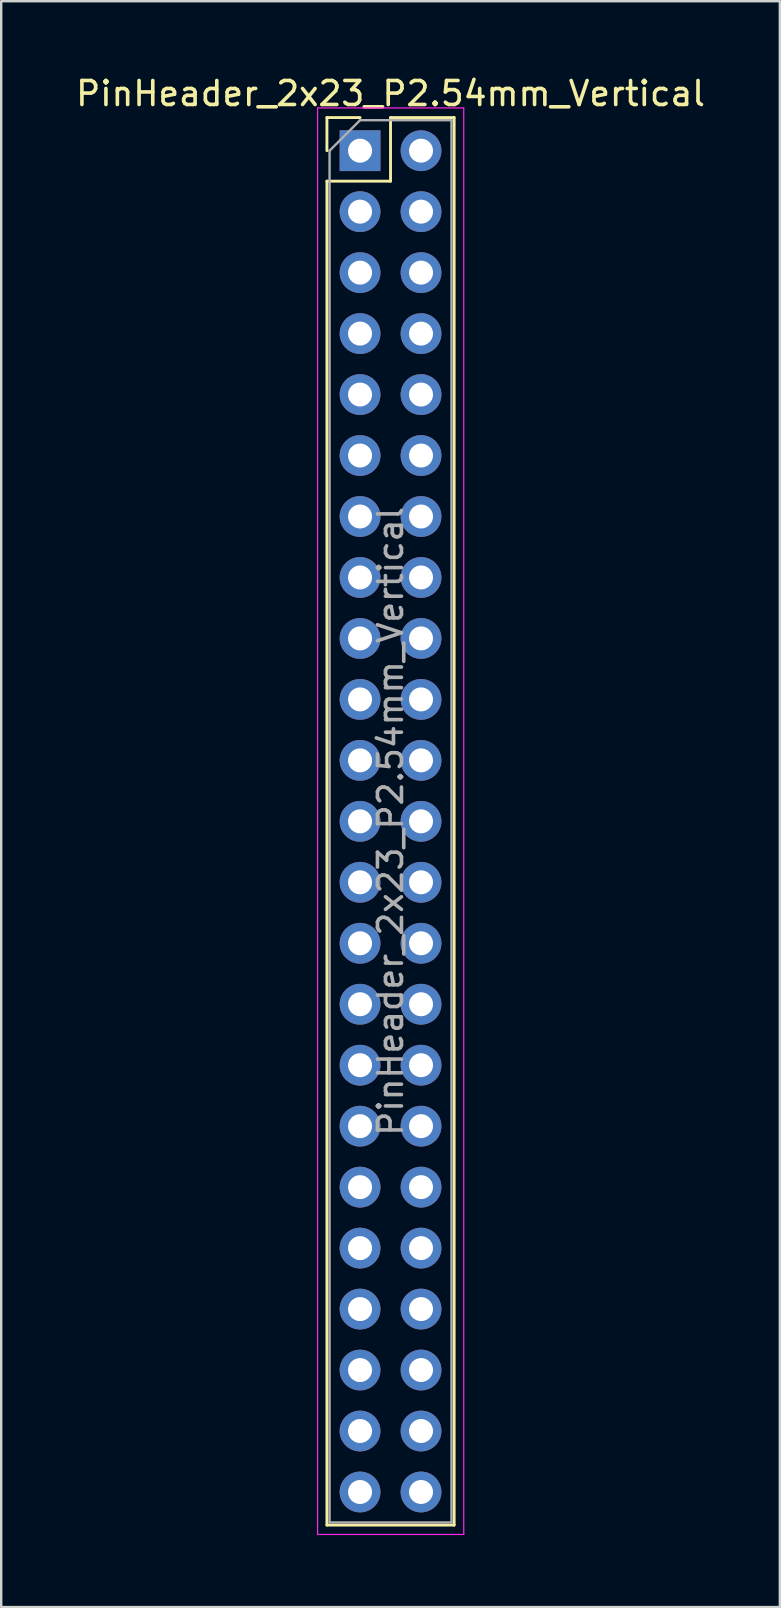
<source format=kicad_pcb>
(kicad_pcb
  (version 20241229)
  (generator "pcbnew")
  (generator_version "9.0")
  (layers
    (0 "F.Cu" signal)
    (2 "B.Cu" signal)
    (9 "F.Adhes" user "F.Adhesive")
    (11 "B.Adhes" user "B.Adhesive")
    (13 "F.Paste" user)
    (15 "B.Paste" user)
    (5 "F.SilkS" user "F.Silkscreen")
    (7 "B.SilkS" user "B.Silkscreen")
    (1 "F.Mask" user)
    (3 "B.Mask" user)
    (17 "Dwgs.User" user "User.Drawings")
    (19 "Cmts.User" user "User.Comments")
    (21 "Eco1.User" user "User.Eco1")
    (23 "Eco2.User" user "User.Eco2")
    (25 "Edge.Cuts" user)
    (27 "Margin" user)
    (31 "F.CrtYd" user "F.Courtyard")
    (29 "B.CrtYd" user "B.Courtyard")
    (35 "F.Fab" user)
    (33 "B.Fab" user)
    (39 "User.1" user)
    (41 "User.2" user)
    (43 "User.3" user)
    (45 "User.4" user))
  (footprint "PinHeader_2x23_P2.54mm_Vertical"
    (layer "F.Cu")
    (at 11.95 3.228)
    (property "Reference" "PinHeader_2x23_P2.54mm_Vertical" (at 1.27 -2.38 0) (layer "F.SilkS") (effects (font (size 1 1) (thickness 0.15))))
    (attr through_hole)
    (fp_line (start -1.38 -1.38) (end 0 -1.38) (stroke (width 0.12) (type solid)) (layer "F.SilkS"))
    (fp_line (start -1.38 0) (end -1.38 -1.38) (stroke (width 0.12) (type solid)) (layer "F.SilkS"))
    (fp_line (start -1.38 1.27) (end -1.38 57.26) (stroke (width 0.12) (type solid)) (layer "F.SilkS"))
    (fp_line (start -1.38 1.27) (end 1.27 1.27) (stroke (width 0.12) (type solid)) (layer "F.SilkS"))
    (fp_line (start -1.38 57.26) (end 3.92 57.26) (stroke (width 0.12) (type solid)) (layer "F.SilkS"))
    (fp_line (start 1.27 -1.38) (end 3.92 -1.38) (stroke (width 0.12) (type solid)) (layer "F.SilkS"))
    (fp_line (start 1.27 1.27) (end 1.27 -1.38) (stroke (width 0.12) (type solid)) (layer "F.SilkS"))
    (fp_line (start 3.92 -1.38) (end 3.92 57.26) (stroke (width 0.12) (type solid)) (layer "F.SilkS"))
    (fp_line (start -1.77 -1.78) (end -1.77 57.65) (stroke (width 0.05) (type solid)) (layer "F.CrtYd"))
    (fp_line (start -1.77 57.65) (end 4.32 57.65) (stroke (width 0.05) (type solid)) (layer "F.CrtYd"))
    (fp_line (start 4.32 -1.78) (end -1.77 -1.78) (stroke (width 0.05) (type solid)) (layer "F.CrtYd"))
    (fp_line (start 4.32 57.65) (end 4.32 -1.78) (stroke (width 0.05) (type solid)) (layer "F.CrtYd"))
    (fp_line (start -1.27 0) (end 0 -1.27) (stroke (width 0.1) (type solid)) (layer "F.Fab"))
    (fp_line (start -1.27 57.15) (end -1.27 0) (stroke (width 0.1) (type solid)) (layer "F.Fab"))
    (fp_line (start 0 -1.27) (end 3.81 -1.27) (stroke (width 0.1) (type solid)) (layer "F.Fab"))
    (fp_line (start 3.81 -1.27) (end 3.81 57.15) (stroke (width 0.1) (type solid)) (layer "F.Fab"))
    (fp_line (start 3.81 57.15) (end -1.27 57.15) (stroke (width 0.1) (type solid)) (layer "F.Fab"))
    (fp_text user "${REFERENCE}" (at 1.27 27.94 90) (layer "F.Fab") (effects (font (size 1 1) (thickness 0.15))))
    (pad "1" thru_hole rect (at 0 0) (size 1.7 1.7) (drill 1) (layers "*.Cu" "*.Mask"))
    (pad "2" thru_hole circle (at 2.54 0) (size 1.7 1.7) (drill 1) (layers "*.Cu" "*.Mask"))
    (pad "3" thru_hole circle (at 0 2.54) (size 1.7 1.7) (drill 1) (layers "*.Cu" "*.Mask"))
    (pad "4" thru_hole circle (at 2.54 2.54) (size 1.7 1.7) (drill 1) (layers "*.Cu" "*.Mask"))
    (pad "5" thru_hole circle (at 0 5.08) (size 1.7 1.7) (drill 1) (layers "*.Cu" "*.Mask"))
    (pad "6" thru_hole circle (at 2.54 5.08) (size 1.7 1.7) (drill 1) (layers "*.Cu" "*.Mask"))
    (pad "7" thru_hole circle (at 0 7.62) (size 1.7 1.7) (drill 1) (layers "*.Cu" "*.Mask"))
    (pad "8" thru_hole circle (at 2.54 7.62) (size 1.7 1.7) (drill 1) (layers "*.Cu" "*.Mask"))
    (pad "9" thru_hole circle (at 0 10.16) (size 1.7 1.7) (drill 1) (layers "*.Cu" "*.Mask"))
    (pad "10" thru_hole circle (at 2.54 10.16) (size 1.7 1.7) (drill 1) (layers "*.Cu" "*.Mask"))
    (pad "11" thru_hole circle (at 0 12.7) (size 1.7 1.7) (drill 1) (layers "*.Cu" "*.Mask"))
    (pad "12" thru_hole circle (at 2.54 12.7) (size 1.7 1.7) (drill 1) (layers "*.Cu" "*.Mask"))
    (pad "13" thru_hole circle (at 0 15.24) (size 1.7 1.7) (drill 1) (layers "*.Cu" "*.Mask"))
    (pad "14" thru_hole circle (at 2.54 15.24) (size 1.7 1.7) (drill 1) (layers "*.Cu" "*.Mask"))
    (pad "15" thru_hole circle (at 0 17.78) (size 1.7 1.7) (drill 1) (layers "*.Cu" "*.Mask"))
    (pad "16" thru_hole circle (at 2.54 17.78) (size 1.7 1.7) (drill 1) (layers "*.Cu" "*.Mask"))
    (pad "17" thru_hole circle (at 0 20.32) (size 1.7 1.7) (drill 1) (layers "*.Cu" "*.Mask"))
    (pad "18" thru_hole circle (at 2.54 20.32) (size 1.7 1.7) (drill 1) (layers "*.Cu" "*.Mask"))
    (pad "19" thru_hole circle (at 0 22.86) (size 1.7 1.7) (drill 1) (layers "*.Cu" "*.Mask"))
    (pad "20" thru_hole circle (at 2.54 22.86) (size 1.7 1.7) (drill 1) (layers "*.Cu" "*.Mask"))
    (pad "21" thru_hole circle (at 0 25.4) (size 1.7 1.7) (drill 1) (layers "*.Cu" "*.Mask"))
    (pad "22" thru_hole circle (at 2.54 25.4) (size 1.7 1.7) (drill 1) (layers "*.Cu" "*.Mask"))
    (pad "23" thru_hole circle (at 0 27.94) (size 1.7 1.7) (drill 1) (layers "*.Cu" "*.Mask"))
    (pad "24" thru_hole circle (at 2.54 27.94) (size 1.7 1.7) (drill 1) (layers "*.Cu" "*.Mask"))
    (pad "25" thru_hole circle (at 0 30.48) (size 1.7 1.7) (drill 1) (layers "*.Cu" "*.Mask"))
    (pad "26" thru_hole circle (at 2.54 30.48) (size 1.7 1.7) (drill 1) (layers "*.Cu" "*.Mask"))
    (pad "27" thru_hole circle (at 0 33.02) (size 1.7 1.7) (drill 1) (layers "*.Cu" "*.Mask"))
    (pad "28" thru_hole circle (at 2.54 33.02) (size 1.7 1.7) (drill 1) (layers "*.Cu" "*.Mask"))
    (pad "29" thru_hole circle (at 0 35.56) (size 1.7 1.7) (drill 1) (layers "*.Cu" "*.Mask"))
    (pad "30" thru_hole circle (at 2.54 35.56) (size 1.7 1.7) (drill 1) (layers "*.Cu" "*.Mask"))
    (pad "31" thru_hole circle (at 0 38.1) (size 1.7 1.7) (drill 1) (layers "*.Cu" "*.Mask"))
    (pad "32" thru_hole circle (at 2.54 38.1) (size 1.7 1.7) (drill 1) (layers "*.Cu" "*.Mask"))
    (pad "33" thru_hole circle (at 0 40.64) (size 1.7 1.7) (drill 1) (layers "*.Cu" "*.Mask"))
    (pad "34" thru_hole circle (at 2.54 40.64) (size 1.7 1.7) (drill 1) (layers "*.Cu" "*.Mask"))
    (pad "35" thru_hole circle (at 0 43.18) (size 1.7 1.7) (drill 1) (layers "*.Cu" "*.Mask"))
    (pad "36" thru_hole circle (at 2.54 43.18) (size 1.7 1.7) (drill 1) (layers "*.Cu" "*.Mask"))
    (pad "37" thru_hole circle (at 0 45.72) (size 1.7 1.7) (drill 1) (layers "*.Cu" "*.Mask"))
    (pad "38" thru_hole circle (at 2.54 45.72) (size 1.7 1.7) (drill 1) (layers "*.Cu" "*.Mask"))
    (pad "39" thru_hole circle (at 0 48.26) (size 1.7 1.7) (drill 1) (layers "*.Cu" "*.Mask"))
    (pad "40" thru_hole circle (at 2.54 48.26) (size 1.7 1.7) (drill 1) (layers "*.Cu" "*.Mask"))
    (pad "41" thru_hole circle (at 0 50.8) (size 1.7 1.7) (drill 1) (layers "*.Cu" "*.Mask"))
    (pad "42" thru_hole circle (at 2.54 50.8) (size 1.7 1.7) (drill 1) (layers "*.Cu" "*.Mask"))
    (pad "43" thru_hole circle (at 0 53.34) (size 1.7 1.7) (drill 1) (layers "*.Cu" "*.Mask"))
    (pad "44" thru_hole circle (at 2.54 53.34) (size 1.7 1.7) (drill 1) (layers "*.Cu" "*.Mask"))
    (pad "45" thru_hole circle (at 0 55.88) (size 1.7 1.7) (drill 1) (layers "*.Cu" "*.Mask"))
    (pad "46" thru_hole circle (at 2.54 55.88) (size 1.7 1.7) (drill 1) (layers "*.Cu" "*.Mask")))
  (gr_rect
    (start -3 -3)
    (end 29.44 63.903)
    (stroke (width 0.1) (type default))
    (fill no)
    (layer "Edge.Cuts")))
</source>
